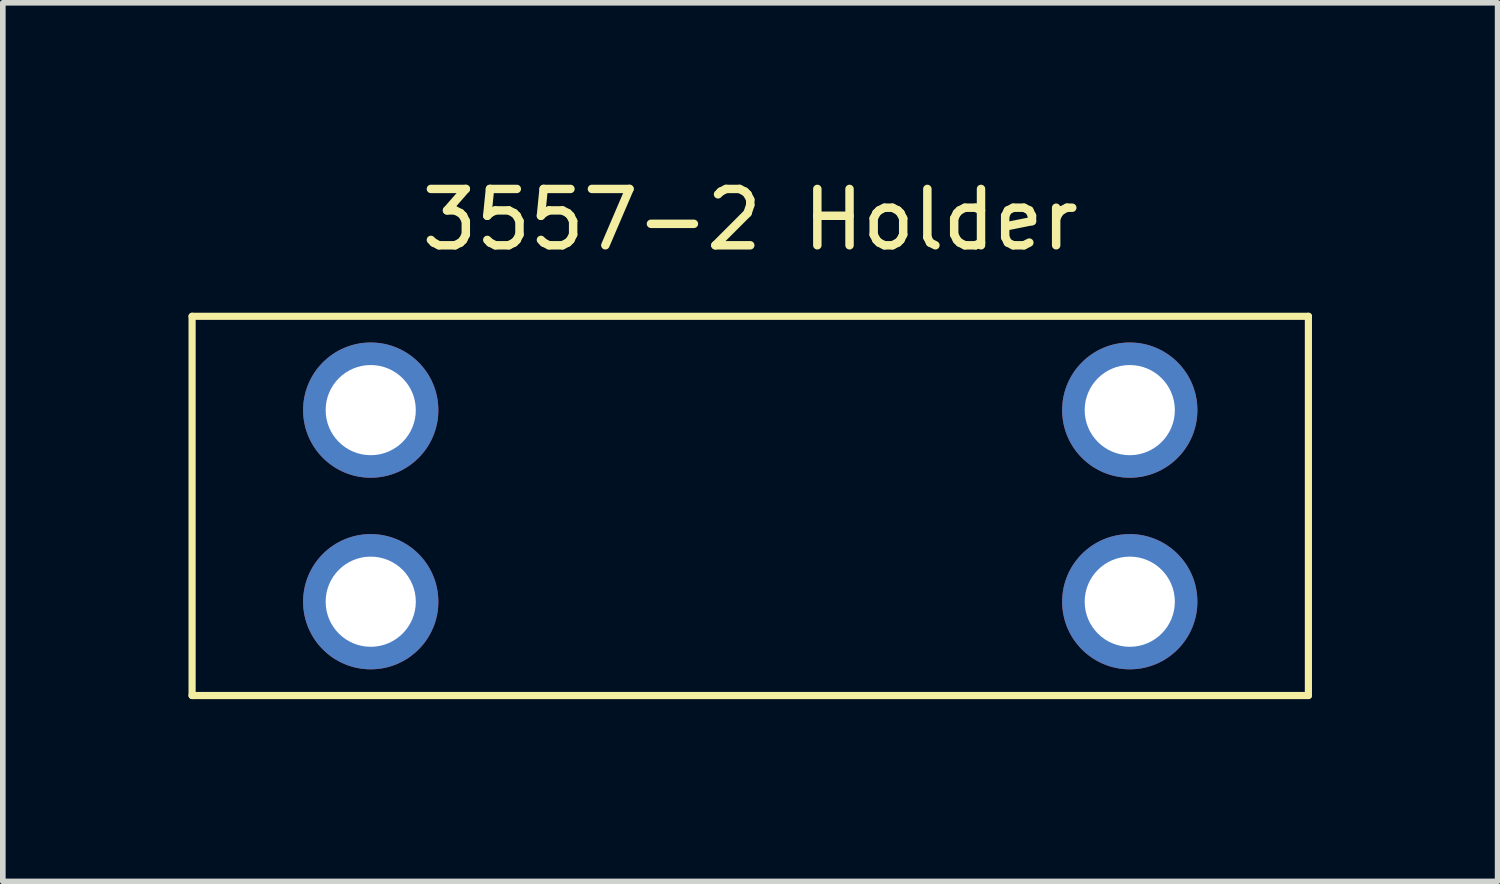
<source format=kicad_pcb>
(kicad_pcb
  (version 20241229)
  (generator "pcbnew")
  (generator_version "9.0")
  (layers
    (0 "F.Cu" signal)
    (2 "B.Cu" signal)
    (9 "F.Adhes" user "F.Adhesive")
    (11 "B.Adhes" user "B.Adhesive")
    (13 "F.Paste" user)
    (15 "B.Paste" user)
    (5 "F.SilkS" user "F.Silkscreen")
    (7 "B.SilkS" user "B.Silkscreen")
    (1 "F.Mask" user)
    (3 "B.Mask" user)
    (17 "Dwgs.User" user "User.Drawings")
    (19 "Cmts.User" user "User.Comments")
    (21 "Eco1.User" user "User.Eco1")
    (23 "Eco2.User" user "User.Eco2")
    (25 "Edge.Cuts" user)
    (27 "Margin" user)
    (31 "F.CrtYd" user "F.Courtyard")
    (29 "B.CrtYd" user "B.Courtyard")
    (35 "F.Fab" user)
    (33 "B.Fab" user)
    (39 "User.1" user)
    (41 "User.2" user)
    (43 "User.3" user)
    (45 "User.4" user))
  (footprint "3557-2 Holder"
    (layer "F.Cu")
    (at 10.264 5.928)
    (property "Reference" "3557-2 Holder" (at 0 -5.08 0) (layer "F.SilkS") (effects (font (size 1 1) (thickness 0.15))))
    (attr through_hole)
    (fp_line (start -9.905 -3.365) (end -9.905 3.365) (stroke (width 0.127) (type solid)) (layer "F.SilkS"))
    (fp_line (start -9.905 3.365) (end 9.905 3.365) (stroke (width 0.127) (type solid)) (layer "F.SilkS"))
    (fp_line (start 9.905 -3.365) (end -9.905 -3.365) (stroke (width 0.127) (type solid)) (layer "F.SilkS"))
    (fp_line (start 9.905 3.365) (end 9.905 -3.365) (stroke (width 0.127) (type solid)) (layer "F.SilkS"))
    (fp_line (start -10.2 -3.6) (end 10.2 -3.6) (stroke (width 0.127) (type solid)) (layer "Eco1.User"))
    (fp_line (start -10.2 3.6) (end -10.2 -3.6) (stroke (width 0.127) (type solid)) (layer "Eco1.User"))
    (fp_line (start 10.2 -3.6) (end 10.2 3.6) (stroke (width 0.127) (type solid)) (layer "Eco1.User"))
    (fp_line (start 10.2 3.6) (end -10.2 3.6) (stroke (width 0.127) (type solid)) (layer "Eco1.User"))
    (pad "1" thru_hole circle (at -6.735 -1.7) (size 2.4 2.4) (drill 1.6) (layers "*.Cu" "*.Mask"))
    (pad "1" thru_hole circle (at -6.735 1.7) (size 2.4 2.4) (drill 1.6) (layers "*.Cu" "*.Mask"))
    (pad "2" thru_hole circle (at 6.735 -1.7) (size 2.4 2.4) (drill 1.6) (layers "*.Cu" "*.Mask"))
    (pad "2" thru_hole circle (at 6.735 1.7) (size 2.4 2.4) (drill 1.6) (layers "*.Cu" "*.Mask")))
  (gr_rect
    (start -3 -3)
    (end 23.527 12.592)
    (stroke (width 0.1) (type default))
    (fill no)
    (layer "Edge.Cuts")))
</source>
